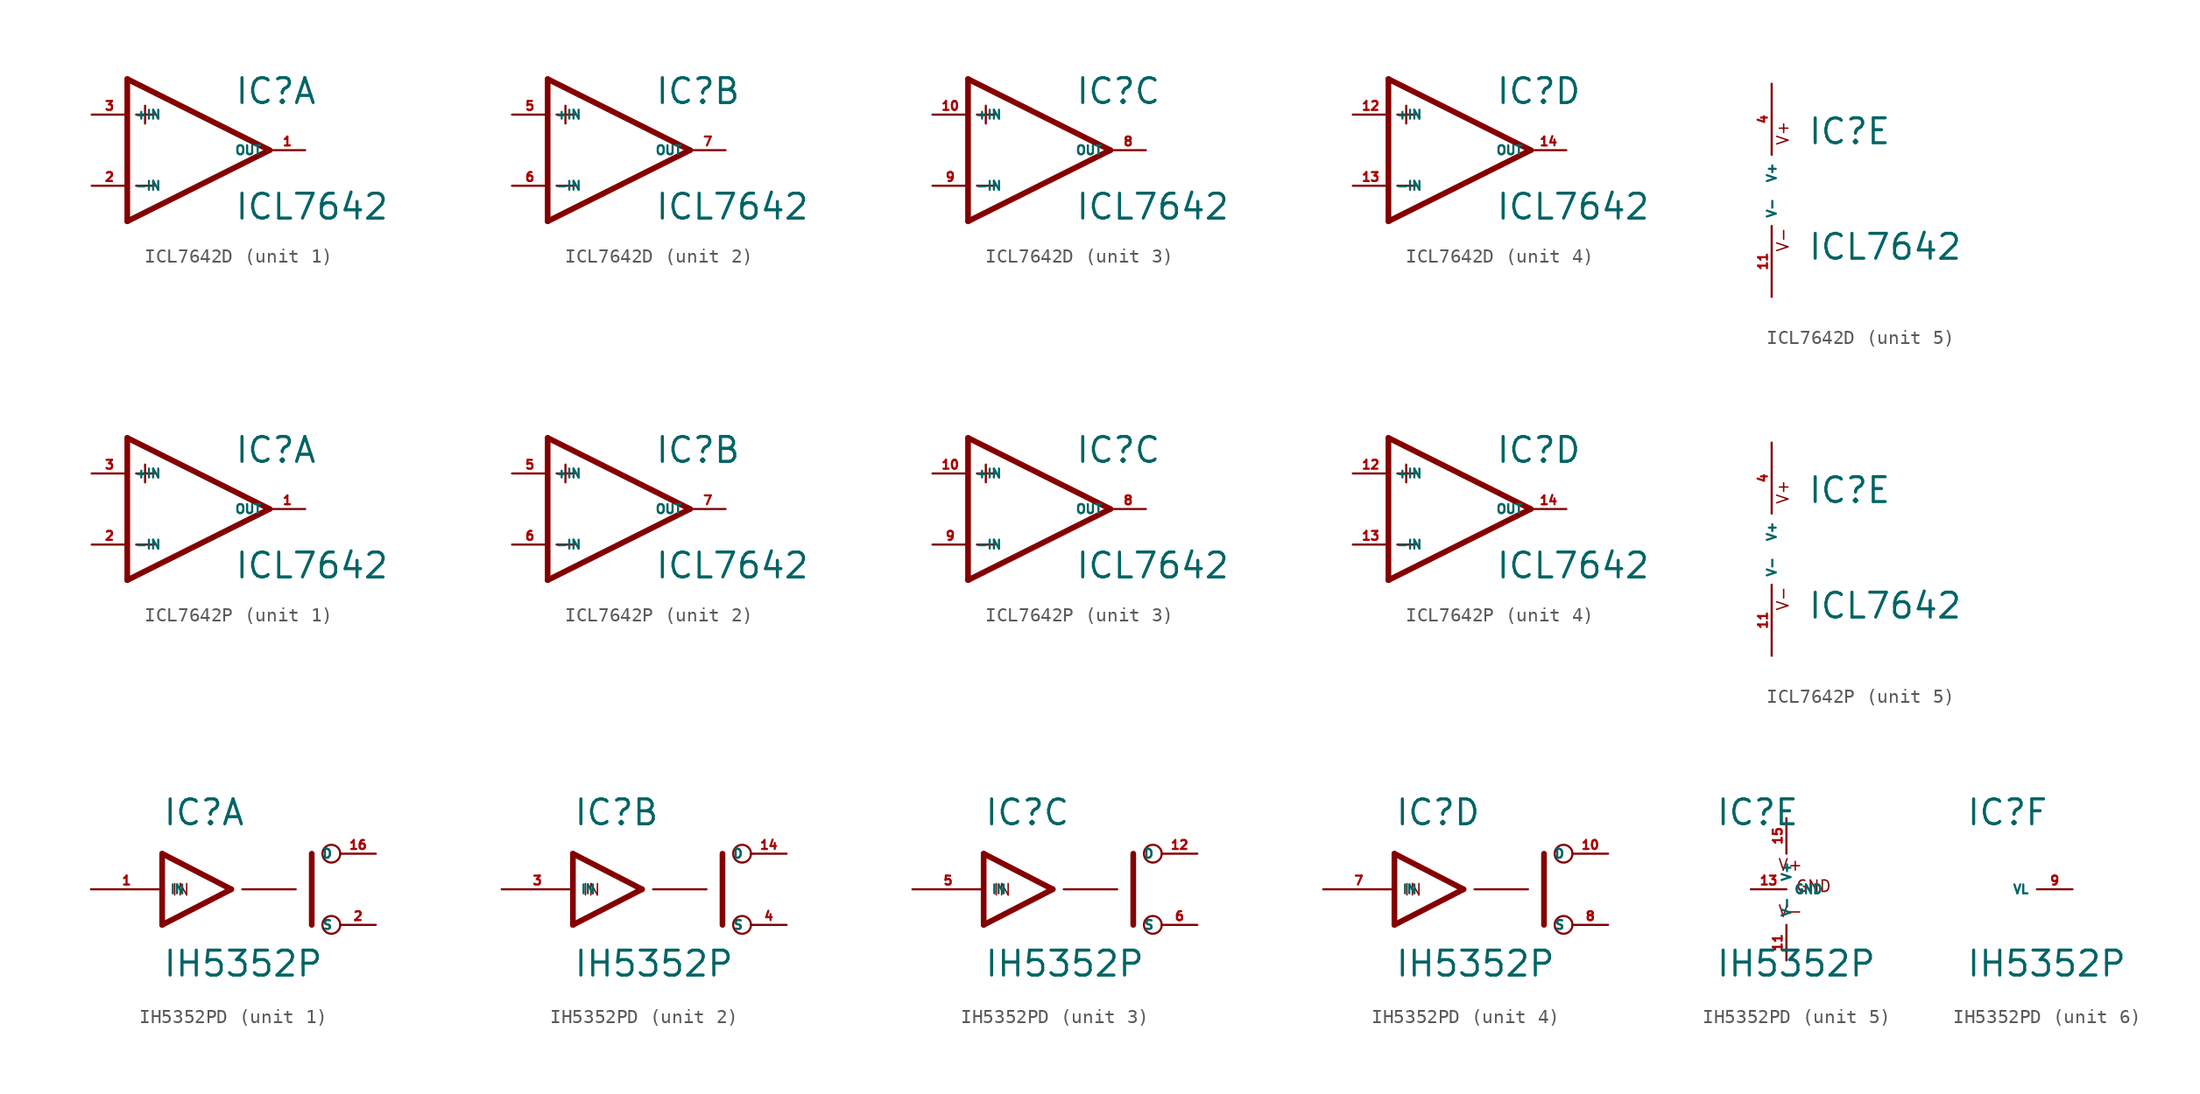
<source format=kicad_sym>
(kicad_symbol_lib
  (version 20220914)
  (generator Eagle2Kicad)
  (symbol "ICL7642D"
    (property "Reference" "IC"
      (at 2.54 3.175 0)
      (effects (font (size 1.778 1.778) (thickness 0.22)) (justify left bottom)))
    (property "Value" "ICL7642"
      (at 2.54 -5.08 0)
      (effects (font (size 1.778 1.778) (thickness 0.22)) (justify left bottom)))
    (symbol "ICL7642D_1_0"
      (polyline (pts (xy -5.08 5.08) (xy -5.08 -5.08)) (stroke (width 0.406) (type default)) (fill (type none)))
      (polyline (pts (xy -5.08 -5.08) (xy 5.08 0)) (stroke (width 0.406) (type default)) (fill (type none)))
      (polyline (pts (xy 5.08 0) (xy -5.08 5.08)) (stroke (width 0.406) (type default)) (fill (type none)))
      (polyline (pts (xy -3.81 3.175) (xy -3.81 1.905)) (stroke (width 0.152) (type default)) (fill (type none)))
      (polyline (pts (xy -4.445 2.54) (xy -3.175 2.54)) (stroke (width 0.152) (type default)) (fill (type none)))
      (polyline (pts (xy -4.445 -2.54) (xy -3.175 -2.54)) (stroke (width 0.152) (type default)) (fill (type none)))
      (pin input line (at -7.62 -2.54 0) (length 2.54) (name "-IN" (effects (font (size 0.635 0.635) (thickness 0.08)) (justify left bottom))) (number "2" (effects (font (size 0.635 0.635) (thickness 0.08)) (justify left bottom))))
      (pin input line (at -7.62 2.54 0) (length 2.54) (name "+IN" (effects (font (size 0.635 0.635) (thickness 0.08)) (justify left bottom))) (number "3" (effects (font (size 0.635 0.635) (thickness 0.08)) (justify left bottom))))
      (pin output line (at 7.62 0 180) (length 2.54) (name "OUT" (effects (font (size 0.635 0.635) (thickness 0.08)) (justify left bottom))) (number "1" (effects (font (size 0.635 0.635) (thickness 0.08)) (justify left bottom)))))
    (symbol "ICL7642D_2_0"
      (polyline (pts (xy -5.08 5.08) (xy -5.08 -5.08)) (stroke (width 0.406) (type default)) (fill (type none)))
      (polyline (pts (xy -5.08 -5.08) (xy 5.08 0)) (stroke (width 0.406) (type default)) (fill (type none)))
      (polyline (pts (xy 5.08 0) (xy -5.08 5.08)) (stroke (width 0.406) (type default)) (fill (type none)))
      (polyline (pts (xy -3.81 3.175) (xy -3.81 1.905)) (stroke (width 0.152) (type default)) (fill (type none)))
      (polyline (pts (xy -4.445 2.54) (xy -3.175 2.54)) (stroke (width 0.152) (type default)) (fill (type none)))
      (polyline (pts (xy -4.445 -2.54) (xy -3.175 -2.54)) (stroke (width 0.152) (type default)) (fill (type none)))
      (pin input line (at -7.62 -2.54 0) (length 2.54) (name "-IN" (effects (font (size 0.635 0.635) (thickness 0.08)) (justify left bottom))) (number "6" (effects (font (size 0.635 0.635) (thickness 0.08)) (justify left bottom))))
      (pin input line (at -7.62 2.54 0) (length 2.54) (name "+IN" (effects (font (size 0.635 0.635) (thickness 0.08)) (justify left bottom))) (number "5" (effects (font (size 0.635 0.635) (thickness 0.08)) (justify left bottom))))
      (pin output line (at 7.62 0 180) (length 2.54) (name "OUT" (effects (font (size 0.635 0.635) (thickness 0.08)) (justify left bottom))) (number "7" (effects (font (size 0.635 0.635) (thickness 0.08)) (justify left bottom)))))
    (symbol "ICL7642D_3_0"
      (polyline (pts (xy -5.08 5.08) (xy -5.08 -5.08)) (stroke (width 0.406) (type default)) (fill (type none)))
      (polyline (pts (xy -5.08 -5.08) (xy 5.08 0)) (stroke (width 0.406) (type default)) (fill (type none)))
      (polyline (pts (xy 5.08 0) (xy -5.08 5.08)) (stroke (width 0.406) (type default)) (fill (type none)))
      (polyline (pts (xy -3.81 3.175) (xy -3.81 1.905)) (stroke (width 0.152) (type default)) (fill (type none)))
      (polyline (pts (xy -4.445 2.54) (xy -3.175 2.54)) (stroke (width 0.152) (type default)) (fill (type none)))
      (polyline (pts (xy -4.445 -2.54) (xy -3.175 -2.54)) (stroke (width 0.152) (type default)) (fill (type none)))
      (pin input line (at -7.62 -2.54 0) (length 2.54) (name "-IN" (effects (font (size 0.635 0.635) (thickness 0.08)) (justify left bottom))) (number "9" (effects (font (size 0.635 0.635) (thickness 0.08)) (justify left bottom))))
      (pin input line (at -7.62 2.54 0) (length 2.54) (name "+IN" (effects (font (size 0.635 0.635) (thickness 0.08)) (justify left bottom))) (number "10" (effects (font (size 0.635 0.635) (thickness 0.08)) (justify left bottom))))
      (pin output line (at 7.62 0 180) (length 2.54) (name "OUT" (effects (font (size 0.635 0.635) (thickness 0.08)) (justify left bottom))) (number "8" (effects (font (size 0.635 0.635) (thickness 0.08)) (justify left bottom)))))
    (symbol "ICL7642D_4_0"
      (polyline (pts (xy -5.08 5.08) (xy -5.08 -5.08)) (stroke (width 0.406) (type default)) (fill (type none)))
      (polyline (pts (xy -5.08 -5.08) (xy 5.08 0)) (stroke (width 0.406) (type default)) (fill (type none)))
      (polyline (pts (xy 5.08 0) (xy -5.08 5.08)) (stroke (width 0.406) (type default)) (fill (type none)))
      (polyline (pts (xy -3.81 3.175) (xy -3.81 1.905)) (stroke (width 0.152) (type default)) (fill (type none)))
      (polyline (pts (xy -4.445 2.54) (xy -3.175 2.54)) (stroke (width 0.152) (type default)) (fill (type none)))
      (polyline (pts (xy -4.445 -2.54) (xy -3.175 -2.54)) (stroke (width 0.152) (type default)) (fill (type none)))
      (pin input line (at -7.62 -2.54 0) (length 2.54) (name "-IN" (effects (font (size 0.635 0.635) (thickness 0.08)) (justify left bottom))) (number "13" (effects (font (size 0.635 0.635) (thickness 0.08)) (justify left bottom))))
      (pin input line (at -7.62 2.54 0) (length 2.54) (name "+IN" (effects (font (size 0.635 0.635) (thickness 0.08)) (justify left bottom))) (number "12" (effects (font (size 0.635 0.635) (thickness 0.08)) (justify left bottom))))
      (pin output line (at 7.62 0 180) (length 2.54) (name "OUT" (effects (font (size 0.635 0.635) (thickness 0.08)) (justify left bottom))) (number "14" (effects (font (size 0.635 0.635) (thickness 0.08)) (justify left bottom)))))
    (symbol "ICL7642D_5_0"
      (text "V+" (at 1.27 3.175 900) (effects (font (size 0.813 0.813) (thickness 0.10)) (justify left bottom)))
      (text "V-" (at 1.27 -4.445 900) (effects (font (size 0.813 0.813) (thickness 0.10)) (justify left bottom)))
      (pin unspecified line (at 0 7.62 270) (length 5.08) (name "V+" (effects (font (size 0.635 0.635) (thickness 0.08)) (justify left bottom))) (number "4" (effects (font (size 0.635 0.635) (thickness 0.08)) (justify left bottom))))
      (pin unspecified line (at 0 -7.62 90) (length 5.08) (name "V-" (effects (font (size 0.635 0.635) (thickness 0.08)) (justify left bottom))) (number "11" (effects (font (size 0.635 0.635) (thickness 0.08)) (justify left bottom))))))
  (symbol "ICL7642P"
    (property "Reference" "IC"
      (at 2.54 3.175 0)
      (effects (font (size 1.778 1.778) (thickness 0.22)) (justify left bottom)))
    (property "Value" "ICL7642"
      (at 2.54 -5.08 0)
      (effects (font (size 1.778 1.778) (thickness 0.22)) (justify left bottom)))
    (symbol "ICL7642P_1_0"
      (polyline (pts (xy -5.08 5.08) (xy -5.08 -5.08)) (stroke (width 0.406) (type default)) (fill (type none)))
      (polyline (pts (xy -5.08 -5.08) (xy 5.08 0)) (stroke (width 0.406) (type default)) (fill (type none)))
      (polyline (pts (xy 5.08 0) (xy -5.08 5.08)) (stroke (width 0.406) (type default)) (fill (type none)))
      (polyline (pts (xy -3.81 3.175) (xy -3.81 1.905)) (stroke (width 0.152) (type default)) (fill (type none)))
      (polyline (pts (xy -4.445 2.54) (xy -3.175 2.54)) (stroke (width 0.152) (type default)) (fill (type none)))
      (polyline (pts (xy -4.445 -2.54) (xy -3.175 -2.54)) (stroke (width 0.152) (type default)) (fill (type none)))
      (pin input line (at -7.62 -2.54 0) (length 2.54) (name "-IN" (effects (font (size 0.635 0.635) (thickness 0.08)) (justify left bottom))) (number "2" (effects (font (size 0.635 0.635) (thickness 0.08)) (justify left bottom))))
      (pin input line (at -7.62 2.54 0) (length 2.54) (name "+IN" (effects (font (size 0.635 0.635) (thickness 0.08)) (justify left bottom))) (number "3" (effects (font (size 0.635 0.635) (thickness 0.08)) (justify left bottom))))
      (pin output line (at 7.62 0 180) (length 2.54) (name "OUT" (effects (font (size 0.635 0.635) (thickness 0.08)) (justify left bottom))) (number "1" (effects (font (size 0.635 0.635) (thickness 0.08)) (justify left bottom)))))
    (symbol "ICL7642P_2_0"
      (polyline (pts (xy -5.08 5.08) (xy -5.08 -5.08)) (stroke (width 0.406) (type default)) (fill (type none)))
      (polyline (pts (xy -5.08 -5.08) (xy 5.08 0)) (stroke (width 0.406) (type default)) (fill (type none)))
      (polyline (pts (xy 5.08 0) (xy -5.08 5.08)) (stroke (width 0.406) (type default)) (fill (type none)))
      (polyline (pts (xy -3.81 3.175) (xy -3.81 1.905)) (stroke (width 0.152) (type default)) (fill (type none)))
      (polyline (pts (xy -4.445 2.54) (xy -3.175 2.54)) (stroke (width 0.152) (type default)) (fill (type none)))
      (polyline (pts (xy -4.445 -2.54) (xy -3.175 -2.54)) (stroke (width 0.152) (type default)) (fill (type none)))
      (pin input line (at -7.62 -2.54 0) (length 2.54) (name "-IN" (effects (font (size 0.635 0.635) (thickness 0.08)) (justify left bottom))) (number "6" (effects (font (size 0.635 0.635) (thickness 0.08)) (justify left bottom))))
      (pin input line (at -7.62 2.54 0) (length 2.54) (name "+IN" (effects (font (size 0.635 0.635) (thickness 0.08)) (justify left bottom))) (number "5" (effects (font (size 0.635 0.635) (thickness 0.08)) (justify left bottom))))
      (pin output line (at 7.62 0 180) (length 2.54) (name "OUT" (effects (font (size 0.635 0.635) (thickness 0.08)) (justify left bottom))) (number "7" (effects (font (size 0.635 0.635) (thickness 0.08)) (justify left bottom)))))
    (symbol "ICL7642P_3_0"
      (polyline (pts (xy -5.08 5.08) (xy -5.08 -5.08)) (stroke (width 0.406) (type default)) (fill (type none)))
      (polyline (pts (xy -5.08 -5.08) (xy 5.08 0)) (stroke (width 0.406) (type default)) (fill (type none)))
      (polyline (pts (xy 5.08 0) (xy -5.08 5.08)) (stroke (width 0.406) (type default)) (fill (type none)))
      (polyline (pts (xy -3.81 3.175) (xy -3.81 1.905)) (stroke (width 0.152) (type default)) (fill (type none)))
      (polyline (pts (xy -4.445 2.54) (xy -3.175 2.54)) (stroke (width 0.152) (type default)) (fill (type none)))
      (polyline (pts (xy -4.445 -2.54) (xy -3.175 -2.54)) (stroke (width 0.152) (type default)) (fill (type none)))
      (pin input line (at -7.62 -2.54 0) (length 2.54) (name "-IN" (effects (font (size 0.635 0.635) (thickness 0.08)) (justify left bottom))) (number "9" (effects (font (size 0.635 0.635) (thickness 0.08)) (justify left bottom))))
      (pin input line (at -7.62 2.54 0) (length 2.54) (name "+IN" (effects (font (size 0.635 0.635) (thickness 0.08)) (justify left bottom))) (number "10" (effects (font (size 0.635 0.635) (thickness 0.08)) (justify left bottom))))
      (pin output line (at 7.62 0 180) (length 2.54) (name "OUT" (effects (font (size 0.635 0.635) (thickness 0.08)) (justify left bottom))) (number "8" (effects (font (size 0.635 0.635) (thickness 0.08)) (justify left bottom)))))
    (symbol "ICL7642P_4_0"
      (polyline (pts (xy -5.08 5.08) (xy -5.08 -5.08)) (stroke (width 0.406) (type default)) (fill (type none)))
      (polyline (pts (xy -5.08 -5.08) (xy 5.08 0)) (stroke (width 0.406) (type default)) (fill (type none)))
      (polyline (pts (xy 5.08 0) (xy -5.08 5.08)) (stroke (width 0.406) (type default)) (fill (type none)))
      (polyline (pts (xy -3.81 3.175) (xy -3.81 1.905)) (stroke (width 0.152) (type default)) (fill (type none)))
      (polyline (pts (xy -4.445 2.54) (xy -3.175 2.54)) (stroke (width 0.152) (type default)) (fill (type none)))
      (polyline (pts (xy -4.445 -2.54) (xy -3.175 -2.54)) (stroke (width 0.152) (type default)) (fill (type none)))
      (pin input line (at -7.62 -2.54 0) (length 2.54) (name "-IN" (effects (font (size 0.635 0.635) (thickness 0.08)) (justify left bottom))) (number "13" (effects (font (size 0.635 0.635) (thickness 0.08)) (justify left bottom))))
      (pin input line (at -7.62 2.54 0) (length 2.54) (name "+IN" (effects (font (size 0.635 0.635) (thickness 0.08)) (justify left bottom))) (number "12" (effects (font (size 0.635 0.635) (thickness 0.08)) (justify left bottom))))
      (pin output line (at 7.62 0 180) (length 2.54) (name "OUT" (effects (font (size 0.635 0.635) (thickness 0.08)) (justify left bottom))) (number "14" (effects (font (size 0.635 0.635) (thickness 0.08)) (justify left bottom)))))
    (symbol "ICL7642P_5_0"
      (text "V+" (at 1.27 3.175 900) (effects (font (size 0.813 0.813) (thickness 0.10)) (justify left bottom)))
      (text "V-" (at 1.27 -4.445 900) (effects (font (size 0.813 0.813) (thickness 0.10)) (justify left bottom)))
      (pin unspecified line (at 0 7.62 270) (length 5.08) (name "V+" (effects (font (size 0.635 0.635) (thickness 0.08)) (justify left bottom))) (number "4" (effects (font (size 0.635 0.635) (thickness 0.08)) (justify left bottom))))
      (pin unspecified line (at 0 -7.62 90) (length 5.08) (name "V-" (effects (font (size 0.635 0.635) (thickness 0.08)) (justify left bottom))) (number "11" (effects (font (size 0.635 0.635) (thickness 0.08)) (justify left bottom))))))
  (symbol "IH5352PD"
    (property "Reference" "IC"
      (at -5.08 4.445 0)
      (effects (font (size 1.778 1.778) (thickness 0.22)) (justify left bottom)))
    (property "Value" "IH5352P"
      (at -5.08 -6.35 0)
      (effects (font (size 1.778 1.778) (thickness 0.22)) (justify left bottom)))
    (symbol "IH5352PD_1_0"
      (polyline (pts (xy -0.152 0) (xy -5.08 2.54)) (stroke (width 0.406) (type default)) (fill (type none)))
      (polyline (pts (xy -5.08 -2.54) (xy -0.152 0)) (stroke (width 0.406) (type default)) (fill (type none)))
      (polyline (pts (xy -5.08 2.54) (xy -5.08 -2.54)) (stroke (width 0.406) (type default)) (fill (type none)))
      (polyline (pts (xy 5.588 -2.54) (xy 5.588 2.54)) (stroke (width 0.406) (type default)) (fill (type none)))
      (polyline (pts (xy 0.635 0) (xy 4.445 0)) (stroke (width 0.152) (type default)) (fill (type none)))
      (text "IN" (at -4.445 -0.508 0) (effects (font (size 0.813 0.813) (thickness 0.10)) (justify left bottom)))
      (circle (center 6.985 2.54) (radius 0.635) (stroke (width 0.152) (type default)) (fill (type none)))
      (circle (center 6.985 -2.54) (radius 0.635) (stroke (width 0.152) (type default)) (fill (type none)))
      (pin bidirectional line (at 10.16 2.54 180) (length 2.54) (name "D" (effects (font (size 0.635 0.635) (thickness 0.08)) (justify left bottom))) (number "16" (effects (font (size 0.635 0.635) (thickness 0.08)) (justify left bottom))))
      (pin input line (at -10.16 0 0) (length 5.08) (name "IN" (effects (font (size 0.635 0.635) (thickness 0.08)) (justify left bottom))) (number "1" (effects (font (size 0.635 0.635) (thickness 0.08)) (justify left bottom))))
      (pin bidirectional line (at 10.16 -2.54 180) (length 2.54) (name "S" (effects (font (size 0.635 0.635) (thickness 0.08)) (justify left bottom))) (number "2" (effects (font (size 0.635 0.635) (thickness 0.08)) (justify left bottom)))))
    (symbol "IH5352PD_2_0"
      (polyline (pts (xy -0.152 0) (xy -5.08 2.54)) (stroke (width 0.406) (type default)) (fill (type none)))
      (polyline (pts (xy -5.08 -2.54) (xy -0.152 0)) (stroke (width 0.406) (type default)) (fill (type none)))
      (polyline (pts (xy -5.08 2.54) (xy -5.08 -2.54)) (stroke (width 0.406) (type default)) (fill (type none)))
      (polyline (pts (xy 5.588 -2.54) (xy 5.588 2.54)) (stroke (width 0.406) (type default)) (fill (type none)))
      (polyline (pts (xy 0.635 0) (xy 4.445 0)) (stroke (width 0.152) (type default)) (fill (type none)))
      (text "IN" (at -4.445 -0.508 0) (effects (font (size 0.813 0.813) (thickness 0.10)) (justify left bottom)))
      (circle (center 6.985 2.54) (radius 0.635) (stroke (width 0.152) (type default)) (fill (type none)))
      (circle (center 6.985 -2.54) (radius 0.635) (stroke (width 0.152) (type default)) (fill (type none)))
      (pin bidirectional line (at 10.16 2.54 180) (length 2.54) (name "D" (effects (font (size 0.635 0.635) (thickness 0.08)) (justify left bottom))) (number "14" (effects (font (size 0.635 0.635) (thickness 0.08)) (justify left bottom))))
      (pin input line (at -10.16 0 0) (length 5.08) (name "IN" (effects (font (size 0.635 0.635) (thickness 0.08)) (justify left bottom))) (number "3" (effects (font (size 0.635 0.635) (thickness 0.08)) (justify left bottom))))
      (pin bidirectional line (at 10.16 -2.54 180) (length 2.54) (name "S" (effects (font (size 0.635 0.635) (thickness 0.08)) (justify left bottom))) (number "4" (effects (font (size 0.635 0.635) (thickness 0.08)) (justify left bottom)))))
    (symbol "IH5352PD_3_0"
      (polyline (pts (xy -0.152 0) (xy -5.08 2.54)) (stroke (width 0.406) (type default)) (fill (type none)))
      (polyline (pts (xy -5.08 -2.54) (xy -0.152 0)) (stroke (width 0.406) (type default)) (fill (type none)))
      (polyline (pts (xy -5.08 2.54) (xy -5.08 -2.54)) (stroke (width 0.406) (type default)) (fill (type none)))
      (polyline (pts (xy 5.588 -2.54) (xy 5.588 2.54)) (stroke (width 0.406) (type default)) (fill (type none)))
      (polyline (pts (xy 0.635 0) (xy 4.445 0)) (stroke (width 0.152) (type default)) (fill (type none)))
      (text "IN" (at -4.445 -0.508 0) (effects (font (size 0.813 0.813) (thickness 0.10)) (justify left bottom)))
      (circle (center 6.985 2.54) (radius 0.635) (stroke (width 0.152) (type default)) (fill (type none)))
      (circle (center 6.985 -2.54) (radius 0.635) (stroke (width 0.152) (type default)) (fill (type none)))
      (pin bidirectional line (at 10.16 2.54 180) (length 2.54) (name "D" (effects (font (size 0.635 0.635) (thickness 0.08)) (justify left bottom))) (number "12" (effects (font (size 0.635 0.635) (thickness 0.08)) (justify left bottom))))
      (pin input line (at -10.16 0 0) (length 5.08) (name "IN" (effects (font (size 0.635 0.635) (thickness 0.08)) (justify left bottom))) (number "5" (effects (font (size 0.635 0.635) (thickness 0.08)) (justify left bottom))))
      (pin bidirectional line (at 10.16 -2.54 180) (length 2.54) (name "S" (effects (font (size 0.635 0.635) (thickness 0.08)) (justify left bottom))) (number "6" (effects (font (size 0.635 0.635) (thickness 0.08)) (justify left bottom)))))
    (symbol "IH5352PD_4_0"
      (polyline (pts (xy -0.152 0) (xy -5.08 2.54)) (stroke (width 0.406) (type default)) (fill (type none)))
      (polyline (pts (xy -5.08 -2.54) (xy -0.152 0)) (stroke (width 0.406) (type default)) (fill (type none)))
      (polyline (pts (xy -5.08 2.54) (xy -5.08 -2.54)) (stroke (width 0.406) (type default)) (fill (type none)))
      (polyline (pts (xy 5.588 -2.54) (xy 5.588 2.54)) (stroke (width 0.406) (type default)) (fill (type none)))
      (polyline (pts (xy 0.635 0) (xy 4.445 0)) (stroke (width 0.152) (type default)) (fill (type none)))
      (text "IN" (at -4.445 -0.508 0) (effects (font (size 0.813 0.813) (thickness 0.10)) (justify left bottom)))
      (circle (center 6.985 2.54) (radius 0.635) (stroke (width 0.152) (type default)) (fill (type none)))
      (circle (center 6.985 -2.54) (radius 0.635) (stroke (width 0.152) (type default)) (fill (type none)))
      (pin bidirectional line (at 10.16 2.54 180) (length 2.54) (name "D" (effects (font (size 0.635 0.635) (thickness 0.08)) (justify left bottom))) (number "10" (effects (font (size 0.635 0.635) (thickness 0.08)) (justify left bottom))))
      (pin input line (at -10.16 0 0) (length 5.08) (name "IN" (effects (font (size 0.635 0.635) (thickness 0.08)) (justify left bottom))) (number "7" (effects (font (size 0.635 0.635) (thickness 0.08)) (justify left bottom))))
      (pin bidirectional line (at 10.16 -2.54 180) (length 2.54) (name "S" (effects (font (size 0.635 0.635) (thickness 0.08)) (justify left bottom))) (number "8" (effects (font (size 0.635 0.635) (thickness 0.08)) (justify left bottom)))))
    (symbol "IH5352PD_5_0"
      (text "V+" (at -0.635 1.27 0) (effects (font (size 0.813 0.813) (thickness 0.10)) (justify left bottom)))
      (text "V-" (at -0.635 -2.032 0) (effects (font (size 0.813 0.813) (thickness 0.10)) (justify left bottom)))
      (text "GND" (at 0.635 -0.254 0) (effects (font (size 0.813 0.813) (thickness 0.10)) (justify left bottom)))
      (pin unspecified line (at 0 5.08 270) (length 2.54) (name "V+" (effects (font (size 0.635 0.635) (thickness 0.08)) (justify left bottom))) (number "15" (effects (font (size 0.635 0.635) (thickness 0.08)) (justify left bottom))))
      (pin unspecified line (at 0 -5.08 90) (length 2.54) (name "V-" (effects (font (size 0.635 0.635) (thickness 0.08)) (justify left bottom))) (number "11" (effects (font (size 0.635 0.635) (thickness 0.08)) (justify left bottom))))
      (pin unspecified line (at -2.54 0 0) (length 2.54) (name "GND" (effects (font (size 0.635 0.635) (thickness 0.08)) (justify left bottom))) (number "13" (effects (font (size 0.635 0.635) (thickness 0.08)) (justify left bottom)))))
    (symbol "IH5352PD_6_0"
      (pin input line (at 2.54 0 180) (length 2.54) (name "VL" (effects (font (size 0.635 0.635) (thickness 0.08)) (justify left bottom))) (number "9" (effects (font (size 0.635 0.635) (thickness 0.08)) (justify left bottom)))))))
</source>
